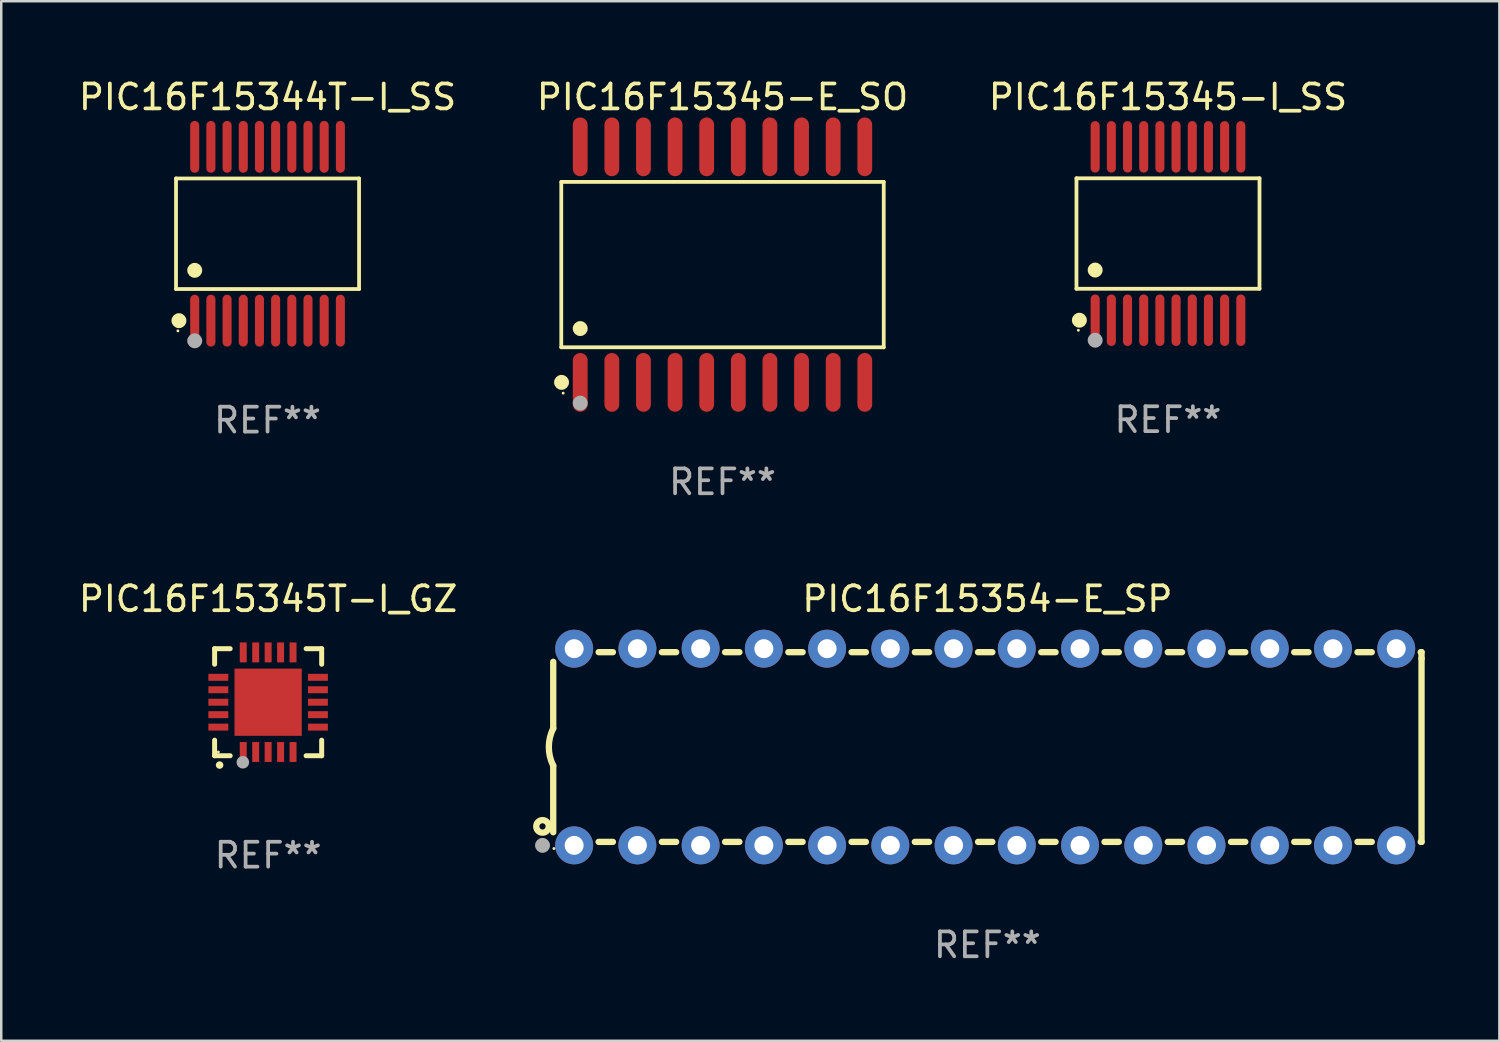
<source format=kicad_pcb>
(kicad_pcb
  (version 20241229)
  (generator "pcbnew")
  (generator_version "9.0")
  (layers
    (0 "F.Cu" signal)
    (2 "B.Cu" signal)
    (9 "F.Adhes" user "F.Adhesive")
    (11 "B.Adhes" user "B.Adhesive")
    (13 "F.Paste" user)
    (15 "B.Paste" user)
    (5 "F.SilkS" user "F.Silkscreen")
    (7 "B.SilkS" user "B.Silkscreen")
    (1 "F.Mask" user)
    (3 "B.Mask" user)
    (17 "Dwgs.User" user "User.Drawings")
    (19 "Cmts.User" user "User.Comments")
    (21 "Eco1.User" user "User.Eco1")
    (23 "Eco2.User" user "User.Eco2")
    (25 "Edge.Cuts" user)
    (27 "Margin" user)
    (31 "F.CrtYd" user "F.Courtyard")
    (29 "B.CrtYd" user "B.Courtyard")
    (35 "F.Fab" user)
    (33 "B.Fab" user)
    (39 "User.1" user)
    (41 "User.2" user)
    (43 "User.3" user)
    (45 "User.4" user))
  (footprint "PIC16F15345-E_SO"
    (layer "F.Cu")
    (at 25.97 7.578)
    (property "Reference" "PIC16F15345-E_SO" (at 0 -6.73 0) (layer "F.SilkS") (effects (font (size 1 1) (thickness 0.15))))
    (attr through_hole)
    (fp_line (start -6.476 -3.321) (end 6.476 -3.321) (stroke (width 0.152) (type solid)) (layer "F.SilkS"))
    (fp_line (start -6.476 3.321) (end -6.476 -3.321) (stroke (width 0.152) (type solid)) (layer "F.SilkS"))
    (fp_line (start 6.476 -3.321) (end 6.476 3.321) (stroke (width 0.152) (type solid)) (layer "F.SilkS"))
    (fp_line (start 6.476 3.321) (end -6.476 3.321) (stroke (width 0.152) (type solid)) (layer "F.SilkS"))
    (fp_circle (center -6.465 4.73) (end -6.315 4.73) (stroke (width 0.3) (type solid)) (fill no) (layer "F.SilkS"))
    (fp_circle (center -6.4 5.163) (end -6.37 5.163) (stroke (width 0.06) (type solid)) (fill no) (layer "F.SilkS"))
    (fp_circle (center -5.715 2.569) (end -5.565 2.569) (stroke (width 0.3) (type solid)) (fill no) (layer "F.SilkS"))
    (fp_circle (center -5.715 5.563) (end -5.565 5.563) (stroke (width 0.3) (type solid)) (fill no) (layer "F.Fab"))
    (fp_text user "REF**" (at 0 8.73 0) (layer "F.Fab") (effects (font (size 1 1) (thickness 0.15))))
    (pad "1" smd oval (at -5.715 4.73) (size 0.595 2.36) (layers "F.Cu" "F.Mask" "F.Paste"))
    (pad "2" smd oval (at -4.445 4.73) (size 0.595 2.36) (layers "F.Cu" "F.Mask" "F.Paste"))
    (pad "3" smd oval (at -3.175 4.73) (size 0.595 2.36) (layers "F.Cu" "F.Mask" "F.Paste"))
    (pad "4" smd oval (at -1.905 4.73) (size 0.595 2.36) (layers "F.Cu" "F.Mask" "F.Paste"))
    (pad "5" smd oval (at -0.635 4.73) (size 0.595 2.36) (layers "F.Cu" "F.Mask" "F.Paste"))
    (pad "6" smd oval (at 0.635 4.73) (size 0.595 2.36) (layers "F.Cu" "F.Mask" "F.Paste"))
    (pad "7" smd oval (at 1.905 4.73) (size 0.595 2.36) (layers "F.Cu" "F.Mask" "F.Paste"))
    (pad "8" smd oval (at 3.175 4.73) (size 0.595 2.36) (layers "F.Cu" "F.Mask" "F.Paste"))
    (pad "9" smd oval (at 4.445 4.73) (size 0.595 2.36) (layers "F.Cu" "F.Mask" "F.Paste"))
    (pad "10" smd oval (at 5.715 4.73) (size 0.595 2.36) (layers "F.Cu" "F.Mask" "F.Paste"))
    (pad "11" smd oval (at 5.715 -4.73) (size 0.595 2.36) (layers "F.Cu" "F.Mask" "F.Paste"))
    (pad "12" smd oval (at 4.445 -4.73) (size 0.595 2.36) (layers "F.Cu" "F.Mask" "F.Paste"))
    (pad "13" smd oval (at 3.175 -4.73) (size 0.595 2.36) (layers "F.Cu" "F.Mask" "F.Paste"))
    (pad "14" smd oval (at 1.905 -4.73) (size 0.595 2.36) (layers "F.Cu" "F.Mask" "F.Paste"))
    (pad "15" smd oval (at 0.635 -4.73) (size 0.595 2.36) (layers "F.Cu" "F.Mask" "F.Paste"))
    (pad "16" smd oval (at -0.635 -4.73) (size 0.595 2.36) (layers "F.Cu" "F.Mask" "F.Paste"))
    (pad "17" smd oval (at -1.905 -4.73) (size 0.595 2.36) (layers "F.Cu" "F.Mask" "F.Paste"))
    (pad "18" smd oval (at -3.175 -4.73) (size 0.595 2.36) (layers "F.Cu" "F.Mask" "F.Paste"))
    (pad "19" smd oval (at -4.445 -4.73) (size 0.595 2.36) (layers "F.Cu" "F.Mask" "F.Paste"))
    (pad "20" smd oval (at -5.715 -4.73) (size 0.595 2.36) (layers "F.Cu" "F.Mask" "F.Paste")))
  (footprint "PIC16F15344T-I_SS"
    (layer "F.Cu")
    (at 7.696 6.339)
    (property "Reference" "PIC16F15344T-I_SS" (at 0 -5.491 0) (layer "F.SilkS") (effects (font (size 1 1) (thickness 0.15))))
    (attr through_hole)
    (fp_line (start -3.676 -2.221) (end 3.676 -2.221) (stroke (width 0.152) (type solid)) (layer "F.SilkS"))
    (fp_line (start -3.676 2.221) (end -3.676 -2.221) (stroke (width 0.152) (type solid)) (layer "F.SilkS"))
    (fp_line (start 3.676 -2.221) (end 3.676 2.221) (stroke (width 0.152) (type solid)) (layer "F.SilkS"))
    (fp_line (start 3.676 2.221) (end -3.676 2.221) (stroke (width 0.152) (type solid)) (layer "F.SilkS"))
    (fp_circle (center -3.6 3.9) (end -3.57 3.9) (stroke (width 0.06) (type solid)) (fill no) (layer "F.SilkS"))
    (fp_circle (center -3.559 3.491) (end -3.409 3.491) (stroke (width 0.3) (type solid)) (fill no) (layer "F.SilkS"))
    (fp_circle (center -2.925 1.469) (end -2.775 1.469) (stroke (width 0.3) (type solid)) (fill no) (layer "F.SilkS"))
    (fp_circle (center -2.925 4.3) (end -2.775 4.3) (stroke (width 0.3) (type solid)) (fill no) (layer "F.Fab"))
    (fp_text user "REF**" (at 0 7.491 0) (layer "F.Fab") (effects (font (size 1 1) (thickness 0.15))))
    (pad "1" smd oval (at -2.925 3.491) (size 0.364 2.082) (layers "F.Cu" "F.Mask" "F.Paste"))
    (pad "2" smd oval (at -2.275 3.491) (size 0.364 2.082) (layers "F.Cu" "F.Mask" "F.Paste"))
    (pad "3" smd oval (at -1.625 3.491) (size 0.364 2.082) (layers "F.Cu" "F.Mask" "F.Paste"))
    (pad "4" smd oval (at -0.975 3.491) (size 0.364 2.082) (layers "F.Cu" "F.Mask" "F.Paste"))
    (pad "5" smd oval (at -0.325 3.491) (size 0.364 2.082) (layers "F.Cu" "F.Mask" "F.Paste"))
    (pad "6" smd oval (at 0.325 3.491) (size 0.364 2.082) (layers "F.Cu" "F.Mask" "F.Paste"))
    (pad "7" smd oval (at 0.975 3.491) (size 0.364 2.082) (layers "F.Cu" "F.Mask" "F.Paste"))
    (pad "8" smd oval (at 1.625 3.491) (size 0.364 2.082) (layers "F.Cu" "F.Mask" "F.Paste"))
    (pad "9" smd oval (at 2.275 3.491) (size 0.364 2.082) (layers "F.Cu" "F.Mask" "F.Paste"))
    (pad "10" smd oval (at 2.925 3.491) (size 0.364 2.082) (layers "F.Cu" "F.Mask" "F.Paste"))
    (pad "11" smd oval (at 2.925 -3.491) (size 0.364 2.082) (layers "F.Cu" "F.Mask" "F.Paste"))
    (pad "12" smd oval (at 2.275 -3.491) (size 0.364 2.082) (layers "F.Cu" "F.Mask" "F.Paste"))
    (pad "13" smd oval (at 1.625 -3.491) (size 0.364 2.082) (layers "F.Cu" "F.Mask" "F.Paste"))
    (pad "14" smd oval (at 0.975 -3.491) (size 0.364 2.082) (layers "F.Cu" "F.Mask" "F.Paste"))
    (pad "15" smd oval (at 0.325 -3.491) (size 0.364 2.082) (layers "F.Cu" "F.Mask" "F.Paste"))
    (pad "16" smd oval (at -0.325 -3.491) (size 0.364 2.082) (layers "F.Cu" "F.Mask" "F.Paste"))
    (pad "17" smd oval (at -0.975 -3.491) (size 0.364 2.082) (layers "F.Cu" "F.Mask" "F.Paste"))
    (pad "18" smd oval (at -1.625 -3.491) (size 0.364 2.082) (layers "F.Cu" "F.Mask" "F.Paste"))
    (pad "19" smd oval (at -2.275 -3.491) (size 0.364 2.082) (layers "F.Cu" "F.Mask" "F.Paste"))
    (pad "20" smd oval (at -2.925 -3.491) (size 0.364 2.082) (layers "F.Cu" "F.Mask" "F.Paste")))
  (footprint "PIC16F15345-I_SS"
    (layer "F.Cu")
    (at 43.863 6.33)
    (property "Reference" "PIC16F15345-I_SS" (at 0 -5.482 0) (layer "F.SilkS") (effects (font (size 1 1) (thickness 0.15))))
    (attr through_hole)
    (fp_line (start -3.676 -2.219) (end 3.676 -2.219) (stroke (width 0.152) (type solid)) (layer "F.SilkS"))
    (fp_line (start -3.676 2.219) (end -3.676 -2.219) (stroke (width 0.152) (type solid)) (layer "F.SilkS"))
    (fp_line (start 3.676 -2.219) (end 3.676 2.219) (stroke (width 0.152) (type solid)) (layer "F.SilkS"))
    (fp_line (start 3.676 2.219) (end -3.676 2.219) (stroke (width 0.152) (type solid)) (layer "F.SilkS"))
    (fp_circle (center -3.6 3.885) (end -3.57 3.885) (stroke (width 0.06) (type solid)) (fill no) (layer "F.SilkS"))
    (fp_circle (center -3.559 3.482) (end -3.409 3.482) (stroke (width 0.3) (type solid)) (fill no) (layer "F.SilkS"))
    (fp_circle (center -2.925 1.467) (end -2.775 1.467) (stroke (width 0.3) (type solid)) (fill no) (layer "F.SilkS"))
    (fp_circle (center -2.925 4.285) (end -2.775 4.285) (stroke (width 0.3) (type solid)) (fill no) (layer "F.Fab"))
    (fp_text user "REF**" (at 0 7.482 0) (layer "F.Fab") (effects (font (size 1 1) (thickness 0.15))))
    (pad "1" smd oval (at -2.925 3.482) (size 0.364 2.069) (layers "F.Cu" "F.Mask" "F.Paste"))
    (pad "2" smd oval (at -2.275 3.482) (size 0.364 2.069) (layers "F.Cu" "F.Mask" "F.Paste"))
    (pad "3" smd oval (at -1.625 3.482) (size 0.364 2.069) (layers "F.Cu" "F.Mask" "F.Paste"))
    (pad "4" smd oval (at -0.975 3.482) (size 0.364 2.069) (layers "F.Cu" "F.Mask" "F.Paste"))
    (pad "5" smd oval (at -0.325 3.482) (size 0.364 2.069) (layers "F.Cu" "F.Mask" "F.Paste"))
    (pad "6" smd oval (at 0.325 3.482) (size 0.364 2.069) (layers "F.Cu" "F.Mask" "F.Paste"))
    (pad "7" smd oval (at 0.975 3.482) (size 0.364 2.069) (layers "F.Cu" "F.Mask" "F.Paste"))
    (pad "8" smd oval (at 1.625 3.482) (size 0.364 2.069) (layers "F.Cu" "F.Mask" "F.Paste"))
    (pad "9" smd oval (at 2.275 3.482) (size 0.364 2.069) (layers "F.Cu" "F.Mask" "F.Paste"))
    (pad "10" smd oval (at 2.925 3.482) (size 0.364 2.069) (layers "F.Cu" "F.Mask" "F.Paste"))
    (pad "11" smd oval (at 2.925 -3.482) (size 0.364 2.069) (layers "F.Cu" "F.Mask" "F.Paste"))
    (pad "12" smd oval (at 2.275 -3.482) (size 0.364 2.069) (layers "F.Cu" "F.Mask" "F.Paste"))
    (pad "13" smd oval (at 1.625 -3.482) (size 0.364 2.069) (layers "F.Cu" "F.Mask" "F.Paste"))
    (pad "14" smd oval (at 0.975 -3.482) (size 0.364 2.069) (layers "F.Cu" "F.Mask" "F.Paste"))
    (pad "15" smd oval (at 0.325 -3.482) (size 0.364 2.069) (layers "F.Cu" "F.Mask" "F.Paste"))
    (pad "16" smd oval (at -0.325 -3.482) (size 0.364 2.069) (layers "F.Cu" "F.Mask" "F.Paste"))
    (pad "17" smd oval (at -0.975 -3.482) (size 0.364 2.069) (layers "F.Cu" "F.Mask" "F.Paste"))
    (pad "18" smd oval (at -1.625 -3.482) (size 0.364 2.069) (layers "F.Cu" "F.Mask" "F.Paste"))
    (pad "19" smd oval (at -2.275 -3.482) (size 0.364 2.069) (layers "F.Cu" "F.Mask" "F.Paste"))
    (pad "20" smd oval (at -2.925 -3.482) (size 0.364 2.069) (layers "F.Cu" "F.Mask" "F.Paste")))
  (footprint "PIC16F15345T-I_GZ"
    (layer "F.Cu")
    (at 7.72 25.155)
    (property "Reference" "PIC16F15345T-I_GZ" (at 0 -4.15 0) (layer "F.SilkS") (effects (font (size 1 1) (thickness 0.15))))
    (attr through_hole)
    (fp_line (start -2.15 -2.15) (end -2.15 -1.525) (stroke (width 0.2) (type solid)) (layer "F.SilkS"))
    (fp_line (start -2.15 2.15) (end -2.15 1.525) (stroke (width 0.2) (type solid)) (layer "F.SilkS"))
    (fp_line (start -1.525 -2.15) (end -2.15 -2.15) (stroke (width 0.2) (type solid)) (layer "F.SilkS"))
    (fp_line (start -1.525 2.15) (end -2.15 2.15) (stroke (width 0.2) (type solid)) (layer "F.SilkS"))
    (fp_line (start 1.525 2.15) (end 2.15 2.15) (stroke (width 0.2) (type solid)) (layer "F.SilkS"))
    (fp_line (start 2.15 -2.15) (end 1.525 -2.15) (stroke (width 0.2) (type solid)) (layer "F.SilkS"))
    (fp_line (start 2.15 -1.525) (end 2.15 -2.15) (stroke (width 0.2) (type solid)) (layer "F.SilkS"))
    (fp_line (start 2.15 2.15) (end 2.15 1.525) (stroke (width 0.2) (type solid)) (layer "F.SilkS"))
    (fp_arc (start -1.950724 2.524765) (mid -1.949454 2.52476) (end -1.948184 2.524765) (stroke (width 0.3) (type solid)) (layer "F.SilkS"))
    (fp_circle (center -2 2) (end -1.97 2) (stroke (width 0.06) (type solid)) (fill no) (layer "F.SilkS"))
    (fp_circle (center -1.016 2.413) (end -0.889 2.413) (stroke (width 0.254) (type solid)) (fill no) (layer "F.Fab"))
    (fp_text user "REF**" (at 0 6.15 0) (layer "F.Fab") (effects (font (size 1 1) (thickness 0.15))))
    (pad "1" smd rect (at -1 2 180) (size 0.28 0.8) (layers "F.Cu" "F.Mask" "F.Paste"))
    (pad "2" smd rect (at -0.5 2 180) (size 0.28 0.8) (layers "F.Cu" "F.Mask" "F.Paste"))
    (pad "3" smd rect (at 0 2 180) (size 0.28 0.8) (layers "F.Cu" "F.Mask" "F.Paste"))
    (pad "4" smd rect (at 0.5 2 180) (size 0.28 0.8) (layers "F.Cu" "F.Mask" "F.Paste"))
    (pad "5" smd rect (at 1 2 180) (size 0.28 0.8) (layers "F.Cu" "F.Mask" "F.Paste"))
    (pad "6" smd rect (at 2 1 90) (size 0.28 0.8) (layers "F.Cu" "F.Mask" "F.Paste"))
    (pad "7" smd rect (at 2 0.5 90) (size 0.28 0.8) (layers "F.Cu" "F.Mask" "F.Paste"))
    (pad "8" smd rect (at 2 0 90) (size 0.28 0.8) (layers "F.Cu" "F.Mask" "F.Paste"))
    (pad "9" smd rect (at 2 -0.5 90) (size 0.28 0.8) (layers "F.Cu" "F.Mask" "F.Paste"))
    (pad "10" smd rect (at 2 -1 90) (size 0.28 0.8) (layers "F.Cu" "F.Mask" "F.Paste"))
    (pad "11" smd rect (at 1 -2 180) (size 0.28 0.8) (layers "F.Cu" "F.Mask" "F.Paste"))
    (pad "12" smd rect (at 0.5 -2 180) (size 0.28 0.8) (layers "F.Cu" "F.Mask" "F.Paste"))
    (pad "13" smd rect (at 0 -2 180) (size 0.28 0.8) (layers "F.Cu" "F.Mask" "F.Paste"))
    (pad "14" smd rect (at -0.5 -2 180) (size 0.28 0.8) (layers "F.Cu" "F.Mask" "F.Paste"))
    (pad "15" smd rect (at -1 -2 180) (size 0.28 0.8) (layers "F.Cu" "F.Mask" "F.Paste"))
    (pad "16" smd rect (at -2 -1 90) (size 0.28 0.8) (layers "F.Cu" "F.Mask" "F.Paste"))
    (pad "17" smd rect (at -2 -0.5 90) (size 0.28 0.8) (layers "F.Cu" "F.Mask" "F.Paste"))
    (pad "18" smd rect (at -2 0 90) (size 0.28 0.8) (layers "F.Cu" "F.Mask" "F.Paste"))
    (pad "19" smd rect (at -2 0.5 90) (size 0.28 0.8) (layers "F.Cu" "F.Mask" "F.Paste"))
    (pad "20" smd rect (at -2 1 90) (size 0.28 0.8) (layers "F.Cu" "F.Mask" "F.Paste"))
    (pad "21" smd rect (at 0 0 90) (size 2.7 2.7) (layers "F.Cu" "F.Mask" "F.Paste")))
  (footprint "PIC16F15354-E_SP"
    (layer "F.Cu")
    (at 36.609 26.955)
    (property "Reference" "PIC16F15354-E_SP" (at 0 -5.95 0) (layer "F.SilkS") (effects (font (size 1 1) (thickness 0.15))))
    (attr through_hole)
    (fp_line (start -17.438 0.75) (end -17.438 3.423) (stroke (width 0.254) (type solid)) (layer "F.SilkS"))
    (fp_line (start -17.438 -3.423) (end -17.438 -0.75) (stroke (width 0.254) (type solid)) (layer "F.SilkS"))
    (fp_line (start -15.615 3.81) (end -15.041 3.81) (stroke (width 0.254) (type solid)) (layer "F.SilkS"))
    (fp_line (start -15.041 -3.81) (end -15.614 -3.81) (stroke (width 0.254) (type solid)) (layer "F.SilkS"))
    (fp_line (start -13.075 3.81) (end -12.501 3.81) (stroke (width 0.254) (type solid)) (layer "F.SilkS"))
    (fp_line (start -12.501 -3.81) (end -13.074 -3.81) (stroke (width 0.254) (type solid)) (layer "F.SilkS"))
    (fp_line (start -10.535 3.81) (end -9.961 3.81) (stroke (width 0.254) (type solid)) (layer "F.SilkS"))
    (fp_line (start -9.961 -3.81) (end -10.534 -3.81) (stroke (width 0.254) (type solid)) (layer "F.SilkS"))
    (fp_line (start -7.995 3.81) (end -7.421 3.81) (stroke (width 0.254) (type solid)) (layer "F.SilkS"))
    (fp_line (start -7.421 -3.81) (end -7.995 -3.81) (stroke (width 0.254) (type solid)) (layer "F.SilkS"))
    (fp_line (start -5.455 3.81) (end -4.881 3.81) (stroke (width 0.254) (type solid)) (layer "F.SilkS"))
    (fp_line (start -4.881 -3.81) (end -5.455 -3.81) (stroke (width 0.254) (type solid)) (layer "F.SilkS"))
    (fp_line (start -2.915 3.81) (end -2.341 3.81) (stroke (width 0.254) (type solid)) (layer "F.SilkS"))
    (fp_line (start -2.341 -3.81) (end -2.915 -3.81) (stroke (width 0.254) (type solid)) (layer "F.SilkS"))
    (fp_line (start -0.375 3.81) (end 0.199 3.81) (stroke (width 0.254) (type solid)) (layer "F.SilkS"))
    (fp_line (start 0.199 -3.81) (end -0.375 -3.81) (stroke (width 0.254) (type solid)) (layer "F.SilkS"))
    (fp_line (start 2.165 3.81) (end 2.739 3.81) (stroke (width 0.254) (type solid)) (layer "F.SilkS"))
    (fp_line (start 2.739 -3.81) (end 2.165 -3.81) (stroke (width 0.254) (type solid)) (layer "F.SilkS"))
    (fp_line (start 4.705 3.81) (end 5.279 3.81) (stroke (width 0.254) (type solid)) (layer "F.SilkS"))
    (fp_line (start 5.279 -3.81) (end 4.705 -3.81) (stroke (width 0.254) (type solid)) (layer "F.SilkS"))
    (fp_line (start 7.245 3.81) (end 7.819 3.81) (stroke (width 0.254) (type solid)) (layer "F.SilkS"))
    (fp_line (start 7.819 -3.81) (end 7.245 -3.81) (stroke (width 0.254) (type solid)) (layer "F.SilkS"))
    (fp_line (start 9.785 3.81) (end 10.359 3.81) (stroke (width 0.254) (type solid)) (layer "F.SilkS"))
    (fp_line (start 10.359 -3.81) (end 9.785 -3.81) (stroke (width 0.254) (type solid)) (layer "F.SilkS"))
    (fp_line (start 12.325 3.81) (end 12.899 3.81) (stroke (width 0.254) (type solid)) (layer "F.SilkS"))
    (fp_line (start 12.899 -3.81) (end 12.325 -3.81) (stroke (width 0.254) (type solid)) (layer "F.SilkS"))
    (fp_line (start 14.865 3.81) (end 15.439 3.81) (stroke (width 0.254) (type solid)) (layer "F.SilkS"))
    (fp_line (start 15.439 -3.81) (end 14.865 -3.81) (stroke (width 0.254) (type solid)) (layer "F.SilkS"))
    (fp_line (start 17.405 3.81) (end 17.438 3.81) (stroke (width 0.254) (type solid)) (layer "F.SilkS"))
    (fp_line (start 17.438 -3.81) (end 17.405 -3.81) (stroke (width 0.254) (type solid)) (layer "F.SilkS"))
    (fp_line (start 17.438 -3.556) (end 17.438 -3.81) (stroke (width 0.254) (type solid)) (layer "F.SilkS"))
    (fp_line (start 17.438 3.81) (end 17.438 -3.556) (stroke (width 0.254) (type solid)) (layer "F.SilkS"))
    (fp_arc (start -17.437986 0.749657) (mid -17.614887 -0.000024) (end -17.437783 -0.749657) (stroke (width 0.254001) (type solid)) (layer "F.SilkS"))
    (fp_circle (center -17.868 3.188) (end -17.743 3.188) (stroke (width 0.254) (type solid)) (fill no) (layer "F.SilkS"))
    (fp_circle (center -17.411 4.077) (end -17.381 4.077) (stroke (width 0.06) (type solid)) (fill no) (layer "F.SilkS"))
    (fp_circle (center -17.868 3.95) (end -17.718 3.95) (stroke (width 0.3) (type solid)) (fill no) (layer "F.Fab"))
    (fp_text user "REF**" (at 0 7.95 0) (layer "F.Fab") (effects (font (size 1 1) (thickness 0.15))))
    (pad "1" thru_hole circle (at -16.598 3.95) (size 1.524 1.524) (drill 0.762) (layers "*.Cu" "*.Mask"))
    (pad "2" thru_hole circle (at -14.058 3.95) (size 1.524 1.524) (drill 0.762) (layers "*.Cu" "*.Mask"))
    (pad "3" thru_hole circle (at -11.518 3.95) (size 1.524 1.524) (drill 0.762) (layers "*.Cu" "*.Mask"))
    (pad "4" thru_hole circle (at -8.978 3.95) (size 1.524 1.524) (drill 0.762) (layers "*.Cu" "*.Mask"))
    (pad "5" thru_hole circle (at -6.438 3.95) (size 1.524 1.524) (drill 0.762) (layers "*.Cu" "*.Mask"))
    (pad "6" thru_hole circle (at -3.898 3.95) (size 1.524 1.524) (drill 0.762) (layers "*.Cu" "*.Mask"))
    (pad "7" thru_hole circle (at -1.358 3.95) (size 1.524 1.524) (drill 0.762) (layers "*.Cu" "*.Mask"))
    (pad "8" thru_hole circle (at 1.182 3.95) (size 1.524 1.524) (drill 0.762) (layers "*.Cu" "*.Mask"))
    (pad "9" thru_hole circle (at 3.722 3.95) (size 1.524 1.524) (drill 0.762) (layers "*.Cu" "*.Mask"))
    (pad "10" thru_hole circle (at 6.262 3.95) (size 1.524 1.524) (drill 0.762) (layers "*.Cu" "*.Mask"))
    (pad "11" thru_hole circle (at 8.802 3.95) (size 1.524 1.524) (drill 0.762) (layers "*.Cu" "*.Mask"))
    (pad "12" thru_hole circle (at 11.342 3.95) (size 1.524 1.524) (drill 0.762) (layers "*.Cu" "*.Mask"))
    (pad "13" thru_hole circle (at 13.882 3.95) (size 1.524 1.524) (drill 0.762) (layers "*.Cu" "*.Mask"))
    (pad "14" thru_hole circle (at 16.422 3.95) (size 1.524 1.524) (drill 0.762) (layers "*.Cu" "*.Mask"))
    (pad "15" thru_hole circle (at 16.422 -3.95) (size 1.524 1.524) (drill 0.762) (layers "*.Cu" "*.Mask"))
    (pad "16" thru_hole circle (at 13.882 -3.95) (size 1.524 1.524) (drill 0.762) (layers "*.Cu" "*.Mask"))
    (pad "17" thru_hole circle (at 11.342 -3.95) (size 1.524 1.524) (drill 0.762) (layers "*.Cu" "*.Mask"))
    (pad "18" thru_hole circle (at 8.802 -3.95) (size 1.524 1.524) (drill 0.762) (layers "*.Cu" "*.Mask"))
    (pad "19" thru_hole circle (at 6.262 -3.95) (size 1.524 1.524) (drill 0.762) (layers "*.Cu" "*.Mask"))
    (pad "20" thru_hole circle (at 3.722 -3.95) (size 1.524 1.524) (drill 0.762) (layers "*.Cu" "*.Mask"))
    (pad "21" thru_hole circle (at 1.182 -3.95) (size 1.524 1.524) (drill 0.762) (layers "*.Cu" "*.Mask"))
    (pad "22" thru_hole circle (at -1.358 -3.95) (size 1.524 1.524) (drill 0.762) (layers "*.Cu" "*.Mask"))
    (pad "23" thru_hole circle (at -3.898 -3.95) (size 1.524 1.524) (drill 0.762) (layers "*.Cu" "*.Mask"))
    (pad "24" thru_hole circle (at -6.438 -3.95) (size 1.524 1.524) (drill 0.762) (layers "*.Cu" "*.Mask"))
    (pad "25" thru_hole circle (at -8.978 -3.95) (size 1.524 1.524) (drill 0.762) (layers "*.Cu" "*.Mask"))
    (pad "26" thru_hole circle (at -11.517 -3.95) (size 1.524 1.524) (drill 0.762) (layers "*.Cu" "*.Mask"))
    (pad "27" thru_hole circle (at -14.057 -3.95) (size 1.524 1.524) (drill 0.762) (layers "*.Cu" "*.Mask"))
    (pad "28" thru_hole circle (at -16.597 -3.95) (size 1.524 1.524) (drill 0.762) (layers "*.Cu" "*.Mask")))
  (gr_rect
    (start -3 -3)
    (end 57.174 38.753)
    (stroke (width 0.1) (type default))
    (fill no)
    (layer "Edge.Cuts")))
</source>
